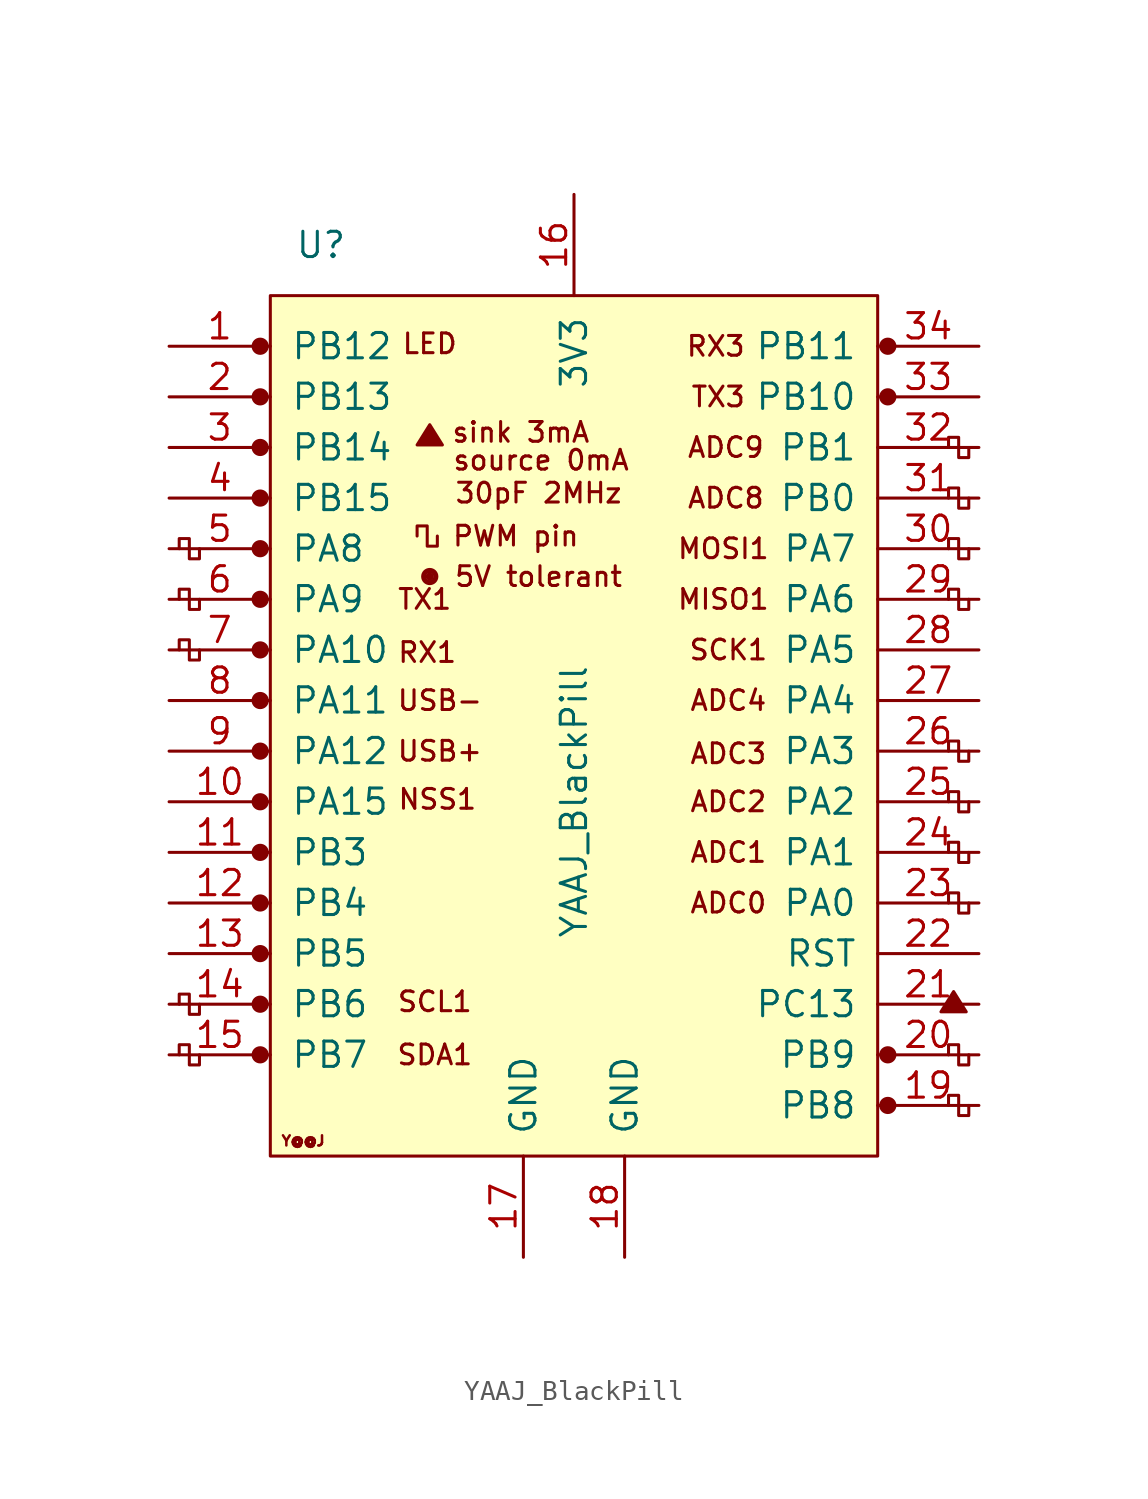
<source format=kicad_sym>
(kicad_symbol_lib
  (version 20211014)
  (generator kicad_symbol_editor)
  (symbol "YAAJ_BlackPill"
    (pin_names
      (offset 1.016))
    (property "Reference" "U"
      (at -12.7 22.86 0)
      (effects (font (size 1.27 1.27))))
    (property "Value" "YAAJ_BlackPill"
      (at 0 -5.08 90)
      (effects (font (size 1.27 1.27))))
    (symbol "YAAJ_BlackPill_0_0"
      (circle (center -15.748 -17.78) (radius 0.356) (stroke (width 0) (type default) (color 0 0 0 0)) (fill (type outline)))
      (circle (center -15.748 -15.24) (radius 0.356) (stroke (width 0) (type default) (color 0 0 0 0)) (fill (type outline)))
      (circle (center -15.748 -12.7) (radius 0.356) (stroke (width 0) (type default) (color 0 0 0 0)) (fill (type outline)))
      (circle (center -15.748 -10.16) (radius 0.356) (stroke (width 0) (type default) (color 0 0 0 0)) (fill (type outline)))
      (circle (center -15.748 -7.62) (radius 0.356) (stroke (width 0) (type default) (color 0 0 0 0)) (fill (type outline)))
      (circle (center -15.748 -5.08) (radius 0.356) (stroke (width 0) (type default) (color 0 0 0 0)) (fill (type outline)))
      (circle (center -15.748 -2.54) (radius 0.356) (stroke (width 0) (type default) (color 0 0 0 0)) (fill (type outline)))
      (circle (center -15.748 0) (radius 0.356) (stroke (width 0) (type default) (color 0 0 0 0)) (fill (type outline)))
      (circle (center -15.748 2.54) (radius 0.356) (stroke (width 0) (type default) (color 0 0 0 0)) (fill (type outline)))
      (circle (center -15.748 5.08) (radius 0.356) (stroke (width 0) (type default) (color 0 0 0 0)) (fill (type outline)))
      (circle (center -15.748 7.62) (radius 0.356) (stroke (width 0) (type default) (color 0 0 0 0)) (fill (type outline)))
      (circle (center -15.748 10.16) (radius 0.356) (stroke (width 0) (type default) (color 0 0 0 0)) (fill (type outline)))
      (circle (center -15.748 12.7) (radius 0.356) (stroke (width 0) (type default) (color 0 0 0 0)) (fill (type outline)))
      (circle (center -15.748 17.78) (radius 0.356) (stroke (width 0) (type default) (color 0 0 0 0)) (fill (type outline)))
      (circle (center -7.239 6.223) (radius 0.127) (stroke (width 0) (type default) (color 0 0 0 0)) (fill (type outline)))
      (circle (center -7.239 6.223) (radius 0.254) (stroke (width 0) (type default) (color 0 0 0 0)) (fill (type none)))
      (circle (center -7.239 6.223) (radius 0.356) (stroke (width 0) (type default) (color 0 0 0 0)) (fill (type none)))
      (polyline (pts (xy -7.874 12.827) (xy -7.239 13.843) (xy -6.604 12.827) (xy -7.874 12.827) (xy -7.239 13.716) (xy -6.731 12.827) (xy -7.747 12.954) (xy -7.239 13.589) (xy -6.858 12.827) (xy -7.62 13.081) (xy -7.112 13.462) (xy -6.985 12.827) (xy -7.493 13.208) (xy -6.985 13.335) (xy -7.112 12.954) (xy -7.366 13.208) (xy -7.112 13.081) (xy -7.239 13.335)) (stroke (width 0) (type default) (color 0 0 0 0)) (fill (type none)))
      (polyline (pts (xy 18.415 -15.621) (xy 19.05 -14.605) (xy 19.685 -15.621) (xy 18.415 -15.621) (xy 19.05 -14.732) (xy 19.558 -15.621) (xy 18.542 -15.494) (xy 19.05 -14.859) (xy 19.431 -15.621) (xy 18.669 -15.367) (xy 19.177 -14.986) (xy 19.304 -15.621) (xy 18.796 -15.24) (xy 19.304 -15.113) (xy 19.177 -15.494) (xy 18.923 -15.24) (xy 19.177 -15.367) (xy 19.05 -15.113)) (stroke (width 0) (type default) (color 0 0 0 0)) (fill (type none)))
      (circle (center 15.748 -20.32) (radius 0.356) (stroke (width 0) (type default) (color 0 0 0 0)) (fill (type outline)))
      (circle (center 15.748 -17.78) (radius 0.356) (stroke (width 0) (type default) (color 0 0 0 0)) (fill (type outline)))
      (circle (center 15.748 15.24) (radius 0.254) (stroke (width 0) (type default) (color 0 0 0 0)) (fill (type outline)))
      (circle (center 15.748 15.24) (radius 0.356) (stroke (width 0) (type default) (color 0 0 0 0)) (fill (type none)))
      (circle (center 15.748 17.78) (radius 0.254) (stroke (width 0) (type default) (color 0 0 0 0)) (fill (type outline)))
      (circle (center 15.748 17.78) (radius 0.356) (stroke (width 0) (type default) (color 0 0 0 0)) (fill (type none)))
      (text "30pF 2MHz" (at -1.778 10.414 0) (effects (font (size 0.991 0.991))))
      (text "5V tolerant" (at -1.778 6.223 0) (effects (font (size 0.991 0.991))))
      (text "ADC0" (at 7.747 -10.16 0) (effects (font (size 0.991 0.991))))
      (text "ADC1" (at 7.747 -7.62 0) (effects (font (size 0.991 0.991))))
      (text "ADC2" (at 7.747 -5.08 0) (effects (font (size 0.991 0.991))))
      (text "ADC3" (at 7.747 -2.667 0) (effects (font (size 0.991 0.991))))
      (text "ADC4" (at 7.747 0 0) (effects (font (size 0.991 0.991))))
      (text "ADC8" (at 7.62 10.16 0) (effects (font (size 0.991 0.991))))
      (text "ADC9" (at 7.62 12.7 0) (effects (font (size 0.991 0.991))))
      (text "LED" (at -7.239 17.907 0) (effects (font (size 0.991 0.991))))
      (text "MISO1" (at 7.493 5.08 0) (effects (font (size 0.991 0.991))))
      (text "MOSI1" (at 7.493 7.62 0) (effects (font (size 0.991 0.991))))
      (text "NSS1" (at -6.858 -4.953 0) (effects (font (size 0.991 0.991))))
      (text "PWM pin" (at -2.921 8.255 0) (effects (font (size 0.991 0.991))))
      (text "RX1" (at -7.366 2.413 0) (effects (font (size 0.991 0.991))))
      (text "RX3" (at 7.112 17.78 0) (effects (font (size 0.991 0.991))))
      (text "SCK1" (at 7.747 2.54 0) (effects (font (size 0.991 0.991))))
      (text "SCL1" (at -6.985 -15.113 0) (effects (font (size 0.991 0.991))))
      (text "SDA1" (at -6.985 -17.78 0) (effects (font (size 0.991 0.991))))
      (text "sink 3mA" (at -2.667 13.462 0) (effects (font (size 0.991 0.991))))
      (text "source 0mA" (at -1.651 12.065 0) (effects (font (size 0.991 0.991))))
      (text "TX1" (at -7.493 5.08 0) (effects (font (size 0.991 0.991))))
      (text "TX3" (at 7.239 15.24 0) (effects (font (size 0.991 0.991))))
      (text "USB+" (at -6.731 -2.54 0) (effects (font (size 0.991 0.991))))
      (text "USB-" (at -6.731 0 0) (effects (font (size 0.991 0.991))))
      (text "Y@@J" (at -13.589 -22.098 0) (effects (font (size 0.508 0.508)))))
    (symbol "YAAJ_BlackPill_0_1"
      (rectangle (start -15.24 20.32) (end 15.24 -22.86) (stroke (width 0) (type default) (color 0 0 0 0)) (fill (type background)))
      (polyline (pts (xy -18.796 -17.78) (xy -18.796 -18.288) (xy -19.304 -18.288) (xy -19.304 -17.272) (xy -19.812 -17.272) (xy -19.812 -17.78)) (stroke (width 0) (type default) (color 0 0 0 0)) (fill (type none)))
      (polyline (pts (xy -18.796 -15.24) (xy -18.796 -15.748) (xy -19.304 -15.748) (xy -19.304 -14.732) (xy -19.812 -14.732) (xy -19.812 -15.24)) (stroke (width 0) (type default) (color 0 0 0 0)) (fill (type none)))
      (polyline (pts (xy -18.796 2.54) (xy -18.796 2.032) (xy -19.304 2.032) (xy -19.304 3.048) (xy -19.812 3.048) (xy -19.812 2.54)) (stroke (width 0) (type default) (color 0 0 0 0)) (fill (type none)))
      (polyline (pts (xy -18.796 5.08) (xy -18.796 4.572) (xy -19.304 4.572) (xy -19.304 5.588) (xy -19.812 5.588) (xy -19.812 5.08)) (stroke (width 0) (type default) (color 0 0 0 0)) (fill (type none)))
      (polyline (pts (xy -18.796 7.62) (xy -18.796 7.112) (xy -19.304 7.112) (xy -19.304 8.128) (xy -19.812 8.128) (xy -19.812 7.62)) (stroke (width 0) (type default) (color 0 0 0 0)) (fill (type none)))
      (polyline (pts (xy -6.858 8.255) (xy -6.858 7.747) (xy -7.366 7.747) (xy -7.366 8.763) (xy -7.874 8.763) (xy -7.874 8.255)) (stroke (width 0) (type default) (color 0 0 0 0)) (fill (type none)))
      (polyline (pts (xy 18.796 -20.32) (xy 18.796 -19.812) (xy 19.304 -19.812) (xy 19.304 -20.828) (xy 19.812 -20.828) (xy 19.812 -20.32)) (stroke (width 0) (type default) (color 0 0 0 0)) (fill (type none)))
      (polyline (pts (xy 18.796 -17.78) (xy 18.796 -17.272) (xy 19.304 -17.272) (xy 19.304 -18.288) (xy 19.812 -18.288) (xy 19.812 -17.78)) (stroke (width 0) (type default) (color 0 0 0 0)) (fill (type none)))
      (polyline (pts (xy 19.812 -10.16) (xy 19.812 -10.668) (xy 19.304 -10.668) (xy 19.304 -9.652) (xy 18.796 -9.652) (xy 18.796 -10.16)) (stroke (width 0) (type default) (color 0 0 0 0)) (fill (type none)))
      (polyline (pts (xy 19.812 -7.62) (xy 19.812 -8.128) (xy 19.304 -8.128) (xy 19.304 -7.112) (xy 18.796 -7.112) (xy 18.796 -7.62)) (stroke (width 0) (type default) (color 0 0 0 0)) (fill (type none)))
      (polyline (pts (xy 19.812 -5.08) (xy 19.812 -5.588) (xy 19.304 -5.588) (xy 19.304 -4.572) (xy 18.796 -4.572) (xy 18.796 -5.08)) (stroke (width 0) (type default) (color 0 0 0 0)) (fill (type none)))
      (polyline (pts (xy 19.812 -2.54) (xy 19.812 -3.048) (xy 19.304 -3.048) (xy 19.304 -2.032) (xy 18.796 -2.032) (xy 18.796 -2.54)) (stroke (width 0) (type default) (color 0 0 0 0)) (fill (type none)))
      (polyline (pts (xy 19.812 5.08) (xy 19.812 4.572) (xy 19.304 4.572) (xy 19.304 5.588) (xy 18.796 5.588) (xy 18.796 5.08)) (stroke (width 0) (type default) (color 0 0 0 0)) (fill (type none)))
      (polyline (pts (xy 19.812 7.62) (xy 19.812 7.112) (xy 19.304 7.112) (xy 19.304 8.128) (xy 18.796 8.128) (xy 18.796 7.62)) (stroke (width 0) (type default) (color 0 0 0 0)) (fill (type none)))
      (polyline (pts (xy 19.812 10.16) (xy 19.812 9.652) (xy 19.304 9.652) (xy 19.304 10.668) (xy 18.796 10.668) (xy 18.796 10.16)) (stroke (width 0) (type default) (color 0 0 0 0)) (fill (type none)))
      (polyline (pts (xy 19.812 12.7) (xy 19.812 12.192) (xy 19.304 12.192) (xy 19.304 13.208) (xy 18.796 13.208) (xy 18.796 12.7)) (stroke (width 0) (type default) (color 0 0 0 0)) (fill (type none))))
    (symbol "YAAJ_BlackPill_1_1"
      (circle (center -15.748 15.24) (radius 0.356) (stroke (width 0) (type default) (color 0 0 0 0)) (fill (type outline)))
      (pin bidirectional line (at -20.32 17.78 0) (length 5.08) (name "PB12" (effects (font (size 1.27 1.27)))) (number "1" (effects (font (size 1.27 1.27)))))
      (pin bidirectional line (at -20.32 -5.08 0) (length 5.08) (name "PA15" (effects (font (size 1.27 1.27)))) (number "10" (effects (font (size 1.27 1.27)))))
      (pin bidirectional line (at -20.32 -7.62 0) (length 5.08) (name "PB3" (effects (font (size 1.27 1.27)))) (number "11" (effects (font (size 1.27 1.27)))))
      (pin bidirectional line (at -20.32 -10.16 0) (length 5.08) (name "PB4" (effects (font (size 1.27 1.27)))) (number "12" (effects (font (size 1.27 1.27)))))
      (pin bidirectional line (at -20.32 -12.7 0) (length 5.08) (name "PB5" (effects (font (size 1.27 1.27)))) (number "13" (effects (font (size 1.27 1.27)))))
      (pin bidirectional line (at -20.32 -15.24 0) (length 5.08) (name "PB6" (effects (font (size 1.27 1.27)))) (number "14" (effects (font (size 1.27 1.27)))))
      (pin bidirectional line (at -20.32 -17.78 0) (length 5.08) (name "PB7" (effects (font (size 1.27 1.27)))) (number "15" (effects (font (size 1.27 1.27)))))
      (pin power_in line (at 0 25.4 270) (length 5.08) (name "3V3" (effects (font (size 1.27 1.27)))) (number "16" (effects (font (size 1.27 1.27)))))
      (pin power_in line (at -2.54 -27.94 90) (length 5.08) (name "GND" (effects (font (size 1.27 1.27)))) (number "17" (effects (font (size 1.27 1.27)))))
      (pin power_in line (at 2.54 -27.94 90) (length 5.08) (name "GND" (effects (font (size 1.27 1.27)))) (number "18" (effects (font (size 1.27 1.27)))))
      (pin bidirectional line (at 20.32 -20.32 180) (length 5.08) (name "PB8" (effects (font (size 1.27 1.27)))) (number "19" (effects (font (size 1.27 1.27)))))
      (pin bidirectional line (at -20.32 15.24 0) (length 5.08) (name "PB13" (effects (font (size 1.27 1.27)))) (number "2" (effects (font (size 1.27 1.27)))))
      (pin bidirectional line (at 20.32 -17.78 180) (length 5.08) (name "PB9" (effects (font (size 1.27 1.27)))) (number "20" (effects (font (size 1.27 1.27)))))
      (pin bidirectional line (at 20.32 -15.24 180) (length 5.08) (name "PC13" (effects (font (size 1.27 1.27)))) (number "21" (effects (font (size 1.27 1.27)))))
      (pin input line (at 20.32 -12.7 180) (length 5.08) (name "RST" (effects (font (size 1.27 1.27)))) (number "22" (effects (font (size 1.27 1.27)))))
      (pin bidirectional line (at 20.32 -10.16 180) (length 5.08) (name "PA0" (effects (font (size 1.27 1.27)))) (number "23" (effects (font (size 1.27 1.27)))))
      (pin bidirectional line (at 20.32 -7.62 180) (length 5.08) (name "PA1" (effects (font (size 1.27 1.27)))) (number "24" (effects (font (size 1.27 1.27)))))
      (pin bidirectional line (at 20.32 -5.08 180) (length 5.08) (name "PA2" (effects (font (size 1.27 1.27)))) (number "25" (effects (font (size 1.27 1.27)))))
      (pin bidirectional line (at 20.32 -2.54 180) (length 5.08) (name "PA3" (effects (font (size 1.27 1.27)))) (number "26" (effects (font (size 1.27 1.27)))))
      (pin bidirectional line (at 20.32 0 180) (length 5.08) (name "PA4" (effects (font (size 1.27 1.27)))) (number "27" (effects (font (size 1.27 1.27)))))
      (pin bidirectional line (at 20.32 2.54 180) (length 5.08) (name "PA5" (effects (font (size 1.27 1.27)))) (number "28" (effects (font (size 1.27 1.27)))))
      (pin bidirectional line (at 20.32 5.08 180) (length 5.08) (name "PA6" (effects (font (size 1.27 1.27)))) (number "29" (effects (font (size 1.27 1.27)))))
      (pin bidirectional line (at -20.32 12.7 0) (length 5.08) (name "PB14" (effects (font (size 1.27 1.27)))) (number "3" (effects (font (size 1.27 1.27)))))
      (pin bidirectional line (at 20.32 7.62 180) (length 5.08) (name "PA7" (effects (font (size 1.27 1.27)))) (number "30" (effects (font (size 1.27 1.27)))))
      (pin bidirectional line (at 20.32 10.16 180) (length 5.08) (name "PB0" (effects (font (size 1.27 1.27)))) (number "31" (effects (font (size 1.27 1.27)))))
      (pin bidirectional line (at 20.32 12.7 180) (length 5.08) (name "PB1" (effects (font (size 1.27 1.27)))) (number "32" (effects (font (size 1.27 1.27)))))
      (pin bidirectional line (at 20.32 15.24 180) (length 5.08) (name "PB10" (effects (font (size 1.27 1.27)))) (number "33" (effects (font (size 1.27 1.27)))))
      (pin bidirectional line (at 20.32 17.78 180) (length 5.08) (name "PB11" (effects (font (size 1.27 1.27)))) (number "34" (effects (font (size 1.27 1.27)))))
      (pin bidirectional line (at -20.32 10.16 0) (length 5.08) (name "PB15" (effects (font (size 1.27 1.27)))) (number "4" (effects (font (size 1.27 1.27)))))
      (pin bidirectional line (at -20.32 7.62 0) (length 5.08) (name "PA8" (effects (font (size 1.27 1.27)))) (number "5" (effects (font (size 1.27 1.27)))))
      (pin bidirectional line (at -20.32 5.08 0) (length 5.08) (name "PA9" (effects (font (size 1.27 1.27)))) (number "6" (effects (font (size 1.27 1.27)))))
      (pin bidirectional line (at -20.32 2.54 0) (length 5.08) (name "PA10" (effects (font (size 1.27 1.27)))) (number "7" (effects (font (size 1.27 1.27)))))
      (pin bidirectional line (at -20.32 0 0) (length 5.08) (name "PA11" (effects (font (size 1.27 1.27)))) (number "8" (effects (font (size 1.27 1.27)))))
      (pin bidirectional line (at -20.32 -2.54 0) (length 5.08) (name "PA12" (effects (font (size 1.27 1.27)))) (number "9" (effects (font (size 1.27 1.27))))))))
</source>
